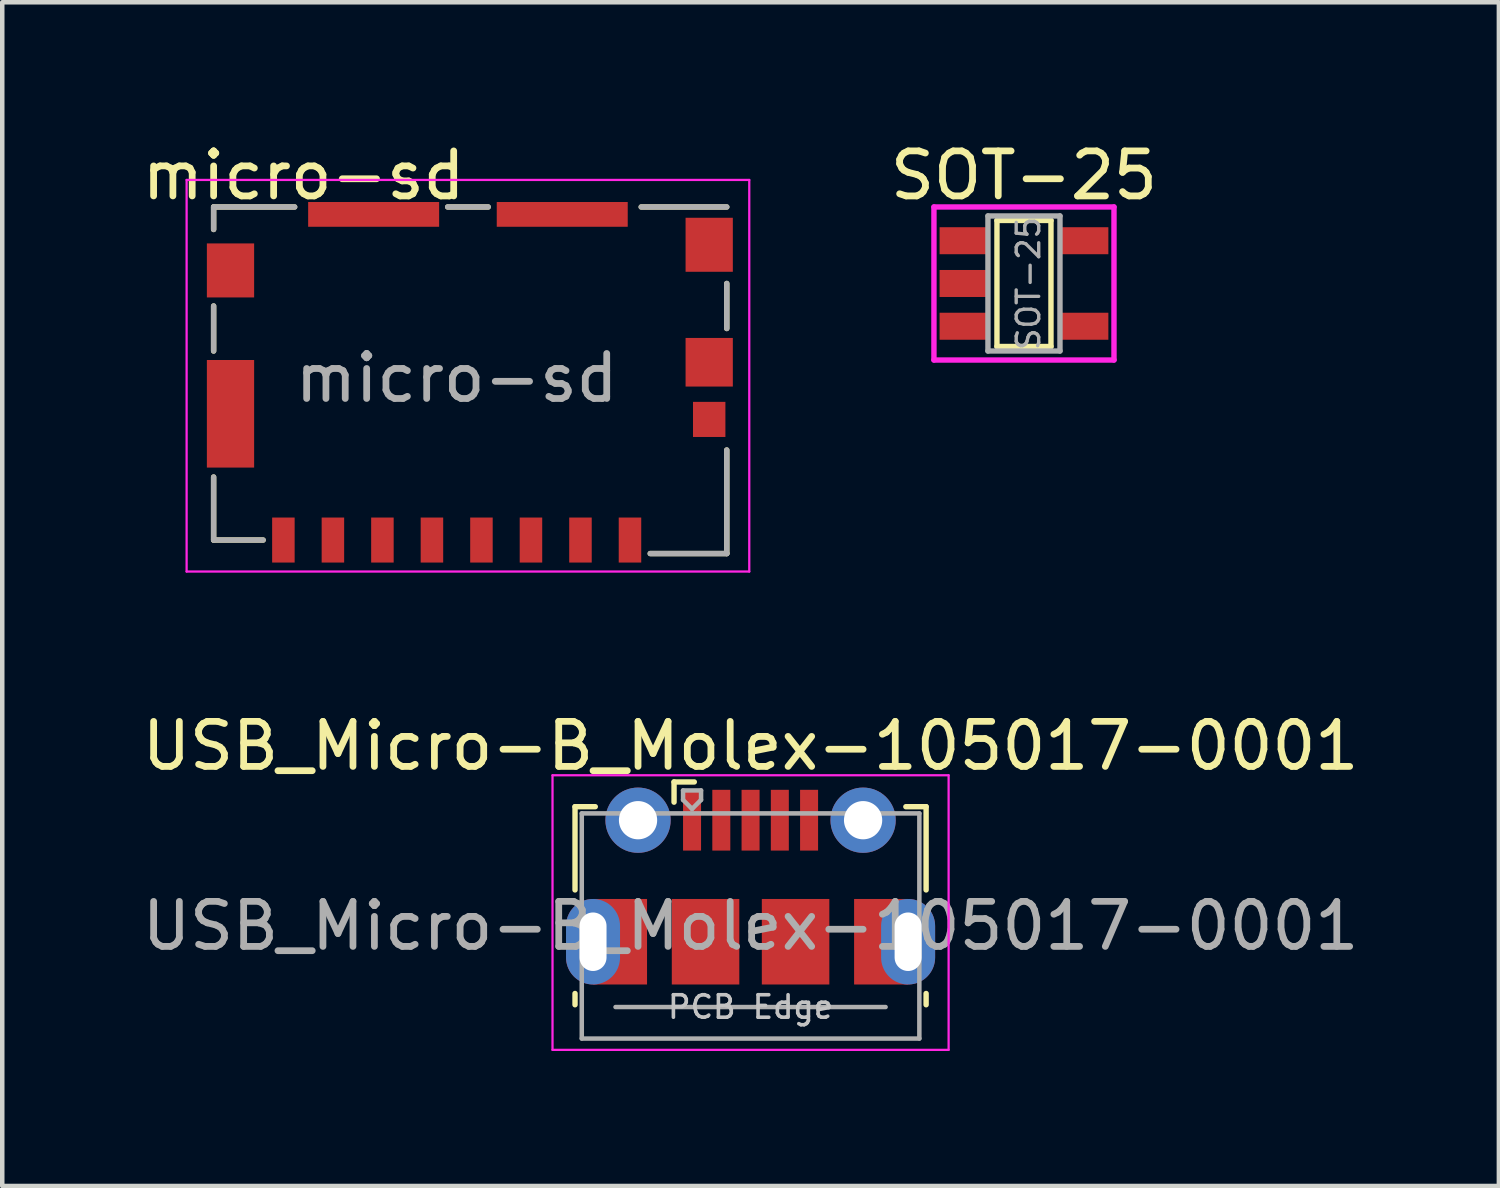
<source format=kicad_pcb>
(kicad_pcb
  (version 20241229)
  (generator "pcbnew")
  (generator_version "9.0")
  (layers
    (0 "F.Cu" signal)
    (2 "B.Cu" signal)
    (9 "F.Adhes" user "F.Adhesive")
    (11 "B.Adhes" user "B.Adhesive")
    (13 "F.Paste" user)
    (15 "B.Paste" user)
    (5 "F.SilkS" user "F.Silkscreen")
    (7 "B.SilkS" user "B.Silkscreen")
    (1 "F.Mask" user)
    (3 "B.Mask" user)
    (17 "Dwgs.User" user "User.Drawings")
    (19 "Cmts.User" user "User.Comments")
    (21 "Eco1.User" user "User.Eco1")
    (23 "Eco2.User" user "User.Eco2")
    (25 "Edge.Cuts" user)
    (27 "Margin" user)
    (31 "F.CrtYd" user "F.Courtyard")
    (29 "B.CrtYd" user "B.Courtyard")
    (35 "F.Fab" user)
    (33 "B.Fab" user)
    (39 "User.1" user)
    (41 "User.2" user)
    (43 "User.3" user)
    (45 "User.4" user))
  (footprint "SOT-25"
    (layer "F.Cu")
    (at 19.699 3.248)
    (property "Reference" "SOT-25" (at 0 -2.4 0) (layer "F.SilkS") (effects (font (size 1 1) (thickness 0.15))))
    (attr through_hole)
    (fp_line (start -0.6 -1.4) (end 0.6 -1.4) (stroke (width 0.12) (type solid)) (layer "F.SilkS"))
    (fp_line (start -0.6 1.4) (end -0.6 -1.4) (stroke (width 0.12) (type solid)) (layer "F.SilkS"))
    (fp_line (start 0.6 -1.4) (end 0.6 1.4) (stroke (width 0.12) (type solid)) (layer "F.SilkS"))
    (fp_line (start 0.6 1.4) (end -0.6 1.4) (stroke (width 0.12) (type solid)) (layer "F.SilkS"))
    (fp_line (start -2 -1.7) (end -2 1.7) (stroke (width 0.12) (type solid)) (layer "F.CrtYd"))
    (fp_line (start -2 1.7) (end 2 1.7) (stroke (width 0.12) (type solid)) (layer "F.CrtYd"))
    (fp_line (start 2 -1.7) (end -2 -1.7) (stroke (width 0.12) (type solid)) (layer "F.CrtYd"))
    (fp_line (start 2 1.7) (end 2 -1.7) (stroke (width 0.12) (type solid)) (layer "F.CrtYd"))
    (fp_line (start -0.8 -1.5) (end 0.8 -1.5) (stroke (width 0.12) (type solid)) (layer "F.Fab"))
    (fp_line (start -0.8 1.5) (end -0.8 -1.5) (stroke (width 0.12) (type solid)) (layer "F.Fab"))
    (fp_line (start 0.8 -1.5) (end 0.8 1.5) (stroke (width 0.12) (type solid)) (layer "F.Fab"))
    (fp_line (start 0.8 1.5) (end -0.8 1.5) (stroke (width 0.12) (type solid)) (layer "F.Fab"))
    (fp_text user "${REFERENCE}" (at 0.1 0 90) (layer "F.Fab") (effects (font (size 0.5 0.5) (thickness 0.075))))
    (pad "1" smd rect (at -1.35 -0.95) (size 1.05 0.6) (layers "F.Cu" "F.Mask" "F.Paste"))
    (pad "2" smd rect (at -1.35 0) (size 1.05 0.6) (layers "F.Cu" "F.Mask" "F.Paste"))
    (pad "3" smd rect (at -1.35 0.95) (size 1.05 0.6) (layers "F.Cu" "F.Mask" "F.Paste"))
    (pad "4" smd rect (at 1.35 0.95) (size 1.05 0.6) (layers "F.Cu" "F.Mask" "F.Paste"))
    (pad "5" smd rect (at 1.35 -0.95) (size 1.05 0.6) (layers "F.Cu" "F.Mask" "F.Paste")))
  (footprint "USB_Micro-B_Molex-105017-0001"
    (layer "F.Cu")
    (at 13.625 16.634)
    (property "Reference" "USB_Micro-B_Molex-105017-0001" (at 0 -3.112 0) (layer "F.SilkS") (effects (font (size 1 1) (thickness 0.15))))
    (attr smd)
    (fp_line (start -3.9 -1.762) (end -3.45 -1.762) (stroke (width 0.12) (type solid)) (layer "F.SilkS"))
    (fp_line (start -3.9 0.087) (end -3.9 -1.762) (stroke (width 0.12) (type solid)) (layer "F.SilkS"))
    (fp_line (start -3.9 2.638) (end -3.9 2.388) (stroke (width 0.12) (type solid)) (layer "F.SilkS"))
    (fp_line (start -1.7 -2.312) (end -1.7 -1.863) (stroke (width 0.12) (type solid)) (layer "F.SilkS"))
    (fp_line (start -1.7 -2.312) (end -1.25 -2.312) (stroke (width 0.12) (type solid)) (layer "F.SilkS"))
    (fp_line (start 3.9 -1.762) (end 3.45 -1.762) (stroke (width 0.12) (type solid)) (layer "F.SilkS"))
    (fp_line (start 3.9 0.087) (end 3.9 -1.762) (stroke (width 0.12) (type solid)) (layer "F.SilkS"))
    (fp_line (start 3.9 2.638) (end 3.9 2.388) (stroke (width 0.12) (type solid)) (layer "F.SilkS"))
    (fp_line (start -4.4 -2.46) (end 4.4 -2.46) (stroke (width 0.05) (type solid)) (layer "F.CrtYd"))
    (fp_line (start -4.4 3.64) (end -4.4 -2.46) (stroke (width 0.05) (type solid)) (layer "F.CrtYd"))
    (fp_line (start -4.4 3.64) (end 4.4 3.64) (stroke (width 0.05) (type solid)) (layer "F.CrtYd"))
    (fp_line (start 4.4 -2.46) (end 4.4 3.64) (stroke (width 0.05) (type solid)) (layer "F.CrtYd"))
    (fp_line (start -3.75 -1.613) (end 3.75 -1.613) (stroke (width 0.1) (type solid)) (layer "F.Fab"))
    (fp_line (start -3.75 3.388) (end -3.75 -1.613) (stroke (width 0.1) (type solid)) (layer "F.Fab"))
    (fp_line (start -3.75 3.389) (end 3.75 3.389) (stroke (width 0.1) (type solid)) (layer "F.Fab"))
    (fp_line (start -3 2.689) (end 3 2.689) (stroke (width 0.1) (type solid)) (layer "F.Fab"))
    (fp_line (start -1.5 -2.123) (end -1.5 -1.913) (stroke (width 0.1) (type solid)) (layer "F.Fab"))
    (fp_line (start -1.5 -2.123) (end -1.1 -2.123) (stroke (width 0.1) (type solid)) (layer "F.Fab"))
    (fp_line (start -1.3 -1.712) (end -1.5 -1.913) (stroke (width 0.1) (type solid)) (layer "F.Fab"))
    (fp_line (start -1.1 -2.123) (end -1.1 -1.913) (stroke (width 0.1) (type solid)) (layer "F.Fab"))
    (fp_line (start -1.1 -1.913) (end -1.3 -1.712) (stroke (width 0.1) (type solid)) (layer "F.Fab"))
    (fp_line (start 3.75 3.388) (end 3.75 -1.613) (stroke (width 0.1) (type solid)) (layer "F.Fab"))
    (fp_text user "PCB Edge" (at 0 2.688 0) (layer "Dwgs.User") (effects (font (size 0.5 0.5) (thickness 0.08))))
    (fp_text user "${REFERENCE}" (at 0 0.887 0) (layer "F.Fab") (effects (font (size 1 1) (thickness 0.15))))
    (pad "1" smd rect (at -1.3 -1.462) (size 0.4 1.35) (layers "F.Cu" "F.Mask" "F.Paste"))
    (pad "2" smd rect (at -0.65 -1.462) (size 0.4 1.35) (layers "F.Cu" "F.Mask" "F.Paste"))
    (pad "3" smd rect (at 0 -1.462) (size 0.4 1.35) (layers "F.Cu" "F.Mask" "F.Paste"))
    (pad "4" smd rect (at 0.65 -1.462) (size 0.4 1.35) (layers "F.Cu" "F.Mask" "F.Paste"))
    (pad "5" smd rect (at 1.3 -1.462) (size 0.4 1.35) (layers "F.Cu" "F.Mask" "F.Paste"))
    (pad "6" thru_hole oval (at -3.5 1.238 180) (size 1.2 1.9) (drill oval 0.6 1.3) (layers "*.Cu" "*.Mask"))
    (pad "6" smd rect (at -2.9 1.238) (size 1.2 1.9) (layers "F.Cu" "F.Mask"))
    (pad "6" thru_hole circle (at -2.5 -1.462) (size 1.45 1.45) (drill 0.85) (layers "*.Cu" "*.Mask"))
    (pad "6" smd rect (at -1 1.238) (size 1.5 1.9) (layers "F.Cu" "F.Mask" "F.Paste"))
    (pad "6" smd rect (at 1 1.238) (size 1.5 1.9) (layers "F.Cu" "F.Mask" "F.Paste"))
    (pad "6" thru_hole circle (at 2.5 -1.462) (size 1.45 1.45) (drill 0.85) (layers "*.Cu" "*.Mask"))
    (pad "6" smd rect (at 2.9 1.238) (size 1.2 1.9) (layers "F.Cu" "F.Mask"))
    (pad "6" thru_hole oval (at 3.5 1.238) (size 1.2 1.9) (drill oval 0.6 1.3) (layers "*.Cu" "*.Mask")))
  (footprint "micro-sd"
    (layer "F.Cu")
    (at 7.096 8.948)
    (property "Reference" "micro-sd" (at -3.4 -8.1 0) (layer "F.SilkS") (effects (font (size 1 1) (thickness 0.15))))
    (attr through_hole)
    (fp_line (start -5.4 -7.4) (end -3.6 -7.4) (stroke (width 0.12) (type solid)) (layer "F.SilkS"))
    (fp_line (start -5.4 -6.9) (end -5.4 -7.4) (stroke (width 0.12) (type solid)) (layer "F.SilkS"))
    (fp_line (start -5.4 -4.2) (end -5.4 -5.2) (stroke (width 0.12) (type solid)) (layer "F.SilkS"))
    (fp_line (start -5.4 0) (end -5.4 -1.4) (stroke (width 0.12) (type solid)) (layer "F.SilkS"))
    (fp_line (start -4.3 0) (end -5.4 0) (stroke (width 0.12) (type solid)) (layer "F.SilkS"))
    (fp_line (start -0.2 -7.4) (end 0.7 -7.4) (stroke (width 0.12) (type solid)) (layer "F.SilkS"))
    (fp_line (start 4.1 -7.4) (end 6 -7.4) (stroke (width 0.12) (type solid)) (layer "F.SilkS"))
    (fp_line (start 4.3 0.3) (end 6 0.3) (stroke (width 0.12) (type solid)) (layer "F.SilkS"))
    (fp_line (start 6 -5.7) (end 6 -4.7) (stroke (width 0.12) (type solid)) (layer "F.SilkS"))
    (fp_line (start 6 0.3) (end 6 -2) (stroke (width 0.12) (type solid)) (layer "F.SilkS"))
    (fp_line (start -6 -8) (end -6 0.7) (stroke (width 0.05) (type solid)) (layer "F.CrtYd"))
    (fp_line (start -6 0.7) (end 6.5 0.7) (stroke (width 0.05) (type solid)) (layer "F.CrtYd"))
    (fp_line (start 6.5 -8) (end -6 -8) (stroke (width 0.05) (type solid)) (layer "F.CrtYd"))
    (fp_line (start 6.5 0.7) (end 6.5 -8) (stroke (width 0.05) (type solid)) (layer "F.CrtYd"))
    (fp_line (start -5.4 -7.4) (end -3.6 -7.4) (stroke (width 0.12) (type solid)) (layer "F.Fab"))
    (fp_line (start -5.4 -6.9) (end -5.4 -7.4) (stroke (width 0.12) (type solid)) (layer "F.Fab"))
    (fp_line (start -5.4 -4.2) (end -5.4 -5.2) (stroke (width 0.12) (type solid)) (layer "F.Fab"))
    (fp_line (start -5.4 0) (end -5.4 -1.4) (stroke (width 0.12) (type solid)) (layer "F.Fab"))
    (fp_line (start -4.3 0) (end -5.4 0) (stroke (width 0.12) (type solid)) (layer "F.Fab"))
    (fp_line (start -0.2 -7.4) (end 0.7 -7.4) (stroke (width 0.12) (type solid)) (layer "F.Fab"))
    (fp_line (start 4.1 -7.4) (end 6 -7.4) (stroke (width 0.12) (type solid)) (layer "F.Fab"))
    (fp_line (start 6 -5.7) (end 6 -4.7) (stroke (width 0.12) (type solid)) (layer "F.Fab"))
    (fp_line (start 6 -2) (end 6 0.3) (stroke (width 0.12) (type solid)) (layer "F.Fab"))
    (fp_line (start 6 0.3) (end 4.3 0.3) (stroke (width 0.12) (type solid)) (layer "F.Fab"))
    (fp_text user "${REFERENCE}" (at 0 -3.6 0) (layer "F.Fab") (effects (font (size 1 1) (thickness 0.15))))
    (pad "1" smd rect (at 3.85 0 180) (size 0.5 1) (layers "F.Cu" "F.Mask" "F.Paste"))
    (pad "2" smd rect (at 2.75 0 180) (size 0.5 1) (layers "F.Cu" "F.Mask" "F.Paste"))
    (pad "3" smd rect (at 1.65 0 180) (size 0.5 1) (layers "F.Cu" "F.Mask" "F.Paste"))
    (pad "4" smd rect (at 0.55 0) (size 0.5 1) (layers "F.Cu" "F.Mask" "F.Paste"))
    (pad "5" smd rect (at -0.55 0 180) (size 0.5 1) (layers "F.Cu" "F.Mask" "F.Paste"))
    (pad "6" smd rect (at -1.65 0) (size 0.5 1) (layers "F.Cu" "F.Mask" "F.Paste"))
    (pad "7" smd rect (at -2.75 0) (size 0.5 1) (layers "F.Cu" "F.Mask" "F.Paste"))
    (pad "8" smd rect (at -3.85 0) (size 0.5 1) (layers "F.Cu" "F.Mask" "F.Paste"))
    (pad "9" smd rect (at 5.61 -2.68 180) (size 0.72 0.78) (layers "F.Cu" "F.Mask" "F.Paste"))
    (pad "10" smd rect (at 5.61 -3.95 180) (size 1.05 1.08) (layers "F.Cu" "F.Mask" "F.Paste"))
    (pad "11" smd rect (at 5.61 -6.56 180) (size 1.05 1.2) (layers "F.Cu" "F.Mask" "F.Paste"))
    (pad "12" smd rect (at -5.025 -2.805 180) (size 1.05 2.39) (layers "F.Cu" "F.Mask" "F.Paste"))
    (pad "13" smd rect (at -5.025 -5.99 180) (size 1.05 1.2) (layers "F.Cu" "F.Mask" "F.Paste"))
    (pad "14" smd rect (at -1.845 -7.235 180) (size 2.91 0.55) (layers "F.Cu" "F.Mask" "F.Paste"))
    (pad "15" smd rect (at 2.345 -7.235 180) (size 2.91 0.55) (layers "F.Cu" "F.Mask" "F.Paste")))
  (gr_rect
    (start -3 -3)
    (end 30.25 23.299)
    (stroke (width 0.1) (type default))
    (fill no)
    (layer "Edge.Cuts")))
</source>
